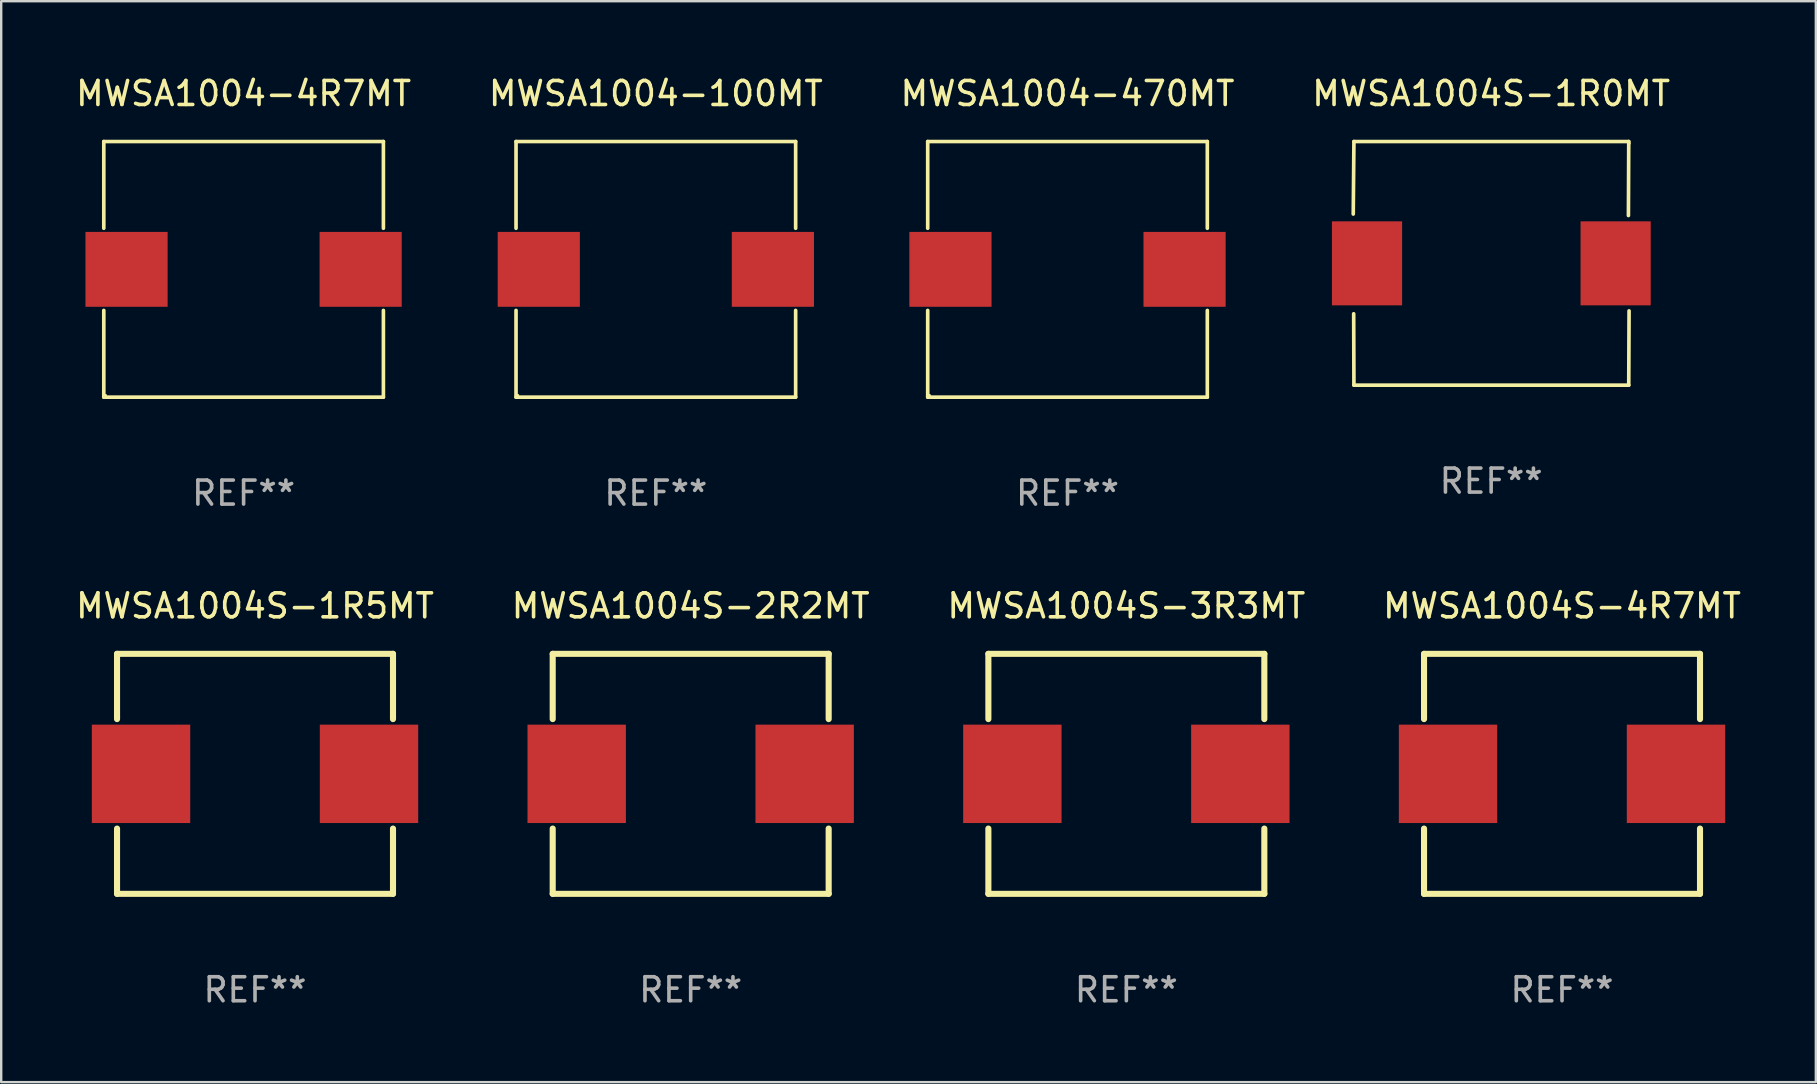
<source format=kicad_pcb>
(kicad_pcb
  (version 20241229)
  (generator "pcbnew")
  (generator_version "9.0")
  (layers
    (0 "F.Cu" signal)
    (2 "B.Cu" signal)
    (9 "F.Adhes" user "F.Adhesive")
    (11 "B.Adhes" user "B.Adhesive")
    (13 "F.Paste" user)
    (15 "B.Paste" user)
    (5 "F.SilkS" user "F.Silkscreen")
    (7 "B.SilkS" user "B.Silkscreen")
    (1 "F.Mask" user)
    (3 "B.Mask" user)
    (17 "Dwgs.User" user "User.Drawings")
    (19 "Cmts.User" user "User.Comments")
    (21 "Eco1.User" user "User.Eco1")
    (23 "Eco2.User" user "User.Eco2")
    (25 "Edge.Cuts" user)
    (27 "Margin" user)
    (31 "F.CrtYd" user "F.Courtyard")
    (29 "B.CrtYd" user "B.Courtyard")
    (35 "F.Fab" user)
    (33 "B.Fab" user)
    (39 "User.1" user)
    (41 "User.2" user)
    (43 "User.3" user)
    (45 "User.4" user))
  (footprint "MWSA1004S-3R3MT"
    (layer "F.Cu")
    (at 43.887 29.197)
    (property "Reference" "MWSA1004S-3R3MT" (at 0 -7 0) (layer "F.SilkS") (effects (font (size 1 1) (thickness 0.15))))
    (attr through_hole)
    (fp_line (start -5.75 -5) (end -5.75 -2.281) (stroke (width 0.254) (type solid)) (layer "F.SilkS"))
    (fp_line (start -5.75 -5) (end 5.75 -5) (stroke (width 0.254) (type solid)) (layer "F.SilkS"))
    (fp_line (start -5.75 2.281) (end -5.75 5) (stroke (width 0.254) (type solid)) (layer "F.SilkS"))
    (fp_line (start 5.75 -2.281) (end 5.75 -5) (stroke (width 0.254) (type solid)) (layer "F.SilkS"))
    (fp_line (start 5.75 5) (end -5.75 5) (stroke (width 0.254) (type solid)) (layer "F.SilkS"))
    (fp_line (start 5.75 5) (end 5.75 2.281) (stroke (width 0.254) (type solid)) (layer "F.SilkS"))
    (fp_circle (center -5.75 5) (end -5.7 5) (stroke (width 0.1) (type solid)) (fill no) (layer "F.SilkS"))
    (fp_text user "REF**" (at 0 9 0) (layer "F.Fab") (effects (font (size 1 1) (thickness 0.15))))
    (pad "1" smd rect (at -4.75 0) (size 4.1 4.1) (layers "F.Cu" "F.Mask" "F.Paste"))
    (pad "2" smd rect (at 4.75 0) (size 4.1 4.1) (layers "F.Cu" "F.Mask" "F.Paste")))
  (footprint "MWSA1004S-1R0MT"
    (layer "F.Cu")
    (at 59.089 7.924)
    (property "Reference" "MWSA1004S-1R0MT" (at 0 -7.076 0) (layer "F.SilkS") (effects (font (size 1 1) (thickness 0.15))))
    (attr through_hole)
    (fp_line (start -5.747 -2.055) (end -5.719 -5.076) (stroke (width 0.152) (type solid)) (layer "F.SilkS"))
    (fp_line (start -5.729 2.102) (end -5.719 5.076) (stroke (width 0.152) (type solid)) (layer "F.SilkS"))
    (fp_line (start -5.719 -5.076) (end 5.733 -5.076) (stroke (width 0.152) (type solid)) (layer "F.SilkS"))
    (fp_line (start -5.719 5.076) (end 5.733 5.076) (stroke (width 0.152) (type solid)) (layer "F.SilkS"))
    (fp_line (start 5.733 -5.076) (end 5.72 -1.993) (stroke (width 0.152) (type solid)) (layer "F.SilkS"))
    (fp_line (start 5.733 5.076) (end 5.747 1.981) (stroke (width 0.152) (type solid)) (layer "F.SilkS"))
    (fp_circle (center 5.757 -5) (end 5.787 -5) (stroke (width 0.06) (type solid)) (fill no) (layer "F.SilkS"))
    (fp_text user "REF**" (at 0 9.076 0) (layer "F.Fab") (effects (font (size 1 1) (thickness 0.15))))
    (pad "1" smd rect (at 5.187 0) (size 2.924 3.5) (layers "F.Cu" "F.Mask" "F.Paste"))
    (pad "2" smd rect (at -5.173 0) (size 2.924 3.5) (layers "F.Cu" "F.Mask" "F.Paste")))
  (footprint "MWSA1004-100MT"
    (layer "F.Cu")
    (at 24.28 8.174)
    (property "Reference" "MWSA1004-100MT" (at 0 -7.326 0) (layer "F.SilkS") (effects (font (size 1 1) (thickness 0.15))))
    (attr through_hole)
    (fp_line (start -5.826 -5.326) (end 5.826 -5.326) (stroke (width 0.152) (type solid)) (layer "F.SilkS"))
    (fp_line (start -5.826 -1.712) (end -5.826 -5.326) (stroke (width 0.152) (type solid)) (layer "F.SilkS"))
    (fp_line (start -5.826 1.712) (end -5.826 5.326) (stroke (width 0.152) (type solid)) (layer "F.SilkS"))
    (fp_line (start -5.826 5.326) (end 5.826 5.326) (stroke (width 0.152) (type solid)) (layer "F.SilkS"))
    (fp_line (start 5.826 -5.326) (end 5.826 -1.712) (stroke (width 0.152) (type solid)) (layer "F.SilkS"))
    (fp_line (start 5.826 5.326) (end 5.826 1.712) (stroke (width 0.152) (type solid)) (layer "F.SilkS"))
    (fp_circle (center -5.75 5.25) (end -5.72 5.25) (stroke (width 0.06) (type solid)) (fill no) (layer "F.SilkS"))
    (fp_text user "REF**" (at 0 9.326 0) (layer "F.Fab") (effects (font (size 1 1) (thickness 0.15))))
    (pad "1" smd rect (at 4.878 0) (size 3.424 3.12) (layers "F.Cu" "F.Mask" "F.Paste"))
    (pad "2" smd rect (at -4.878 0) (size 3.424 3.12) (layers "F.Cu" "F.Mask" "F.Paste")))
  (footprint "MWSA1004S-2R2MT"
    (layer "F.Cu")
    (at 25.732 29.197)
    (property "Reference" "MWSA1004S-2R2MT" (at 0 -7 0) (layer "F.SilkS") (effects (font (size 1 1) (thickness 0.15))))
    (attr through_hole)
    (fp_line (start -5.75 -5) (end -5.75 -2.281) (stroke (width 0.254) (type solid)) (layer "F.SilkS"))
    (fp_line (start -5.75 -5) (end 5.75 -5) (stroke (width 0.254) (type solid)) (layer "F.SilkS"))
    (fp_line (start -5.75 2.281) (end -5.75 5) (stroke (width 0.254) (type solid)) (layer "F.SilkS"))
    (fp_line (start 5.75 -2.281) (end 5.75 -5) (stroke (width 0.254) (type solid)) (layer "F.SilkS"))
    (fp_line (start 5.75 5) (end -5.75 5) (stroke (width 0.254) (type solid)) (layer "F.SilkS"))
    (fp_line (start 5.75 5) (end 5.75 2.281) (stroke (width 0.254) (type solid)) (layer "F.SilkS"))
    (fp_circle (center -5.75 5) (end -5.7 5) (stroke (width 0.1) (type solid)) (fill no) (layer "F.SilkS"))
    (fp_text user "REF**" (at 0 9 0) (layer "F.Fab") (effects (font (size 1 1) (thickness 0.15))))
    (pad "1" smd rect (at -4.75 0) (size 4.1 4.1) (layers "F.Cu" "F.Mask" "F.Paste"))
    (pad "2" smd rect (at 4.75 0) (size 4.1 4.1) (layers "F.Cu" "F.Mask" "F.Paste")))
  (footprint "MWSA1004S-4R7MT"
    (layer "F.Cu")
    (at 62.042 29.197)
    (property "Reference" "MWSA1004S-4R7MT" (at 0 -7 0) (layer "F.SilkS") (effects (font (size 1 1) (thickness 0.15))))
    (attr through_hole)
    (fp_line (start -5.75 -5) (end -5.75 -2.281) (stroke (width 0.254) (type solid)) (layer "F.SilkS"))
    (fp_line (start -5.75 -5) (end 5.75 -5) (stroke (width 0.254) (type solid)) (layer "F.SilkS"))
    (fp_line (start -5.75 2.281) (end -5.75 5) (stroke (width 0.254) (type solid)) (layer "F.SilkS"))
    (fp_line (start 5.75 -2.281) (end 5.75 -5) (stroke (width 0.254) (type solid)) (layer "F.SilkS"))
    (fp_line (start 5.75 5) (end -5.75 5) (stroke (width 0.254) (type solid)) (layer "F.SilkS"))
    (fp_line (start 5.75 5) (end 5.75 2.281) (stroke (width 0.254) (type solid)) (layer "F.SilkS"))
    (fp_circle (center -5.75 5) (end -5.7 5) (stroke (width 0.1) (type solid)) (fill no) (layer "F.SilkS"))
    (fp_text user "REF**" (at 0 9 0) (layer "F.Fab") (effects (font (size 1 1) (thickness 0.15))))
    (pad "1" smd rect (at -4.75 0) (size 4.1 4.1) (layers "F.Cu" "F.Mask" "F.Paste"))
    (pad "2" smd rect (at 4.75 0) (size 4.1 4.1) (layers "F.Cu" "F.Mask" "F.Paste")))
  (footprint "MWSA1004-470MT"
    (layer "F.Cu")
    (at 41.435 8.174)
    (property "Reference" "MWSA1004-470MT" (at 0 -7.326 0) (layer "F.SilkS") (effects (font (size 1 1) (thickness 0.15))))
    (attr through_hole)
    (fp_line (start -5.826 -5.326) (end 5.826 -5.326) (stroke (width 0.152) (type solid)) (layer "F.SilkS"))
    (fp_line (start -5.826 -1.712) (end -5.826 -5.326) (stroke (width 0.152) (type solid)) (layer "F.SilkS"))
    (fp_line (start -5.826 1.712) (end -5.826 5.326) (stroke (width 0.152) (type solid)) (layer "F.SilkS"))
    (fp_line (start -5.826 5.326) (end 5.826 5.326) (stroke (width 0.152) (type solid)) (layer "F.SilkS"))
    (fp_line (start 5.826 -5.326) (end 5.826 -1.712) (stroke (width 0.152) (type solid)) (layer "F.SilkS"))
    (fp_line (start 5.826 5.326) (end 5.826 1.712) (stroke (width 0.152) (type solid)) (layer "F.SilkS"))
    (fp_circle (center -5.75 5.25) (end -5.72 5.25) (stroke (width 0.06) (type solid)) (fill no) (layer "F.SilkS"))
    (fp_text user "REF**" (at 0 9.326 0) (layer "F.Fab") (effects (font (size 1 1) (thickness 0.15))))
    (pad "1" smd rect (at 4.878 0) (size 3.424 3.12) (layers "F.Cu" "F.Mask" "F.Paste"))
    (pad "2" smd rect (at -4.878 0) (size 3.424 3.12) (layers "F.Cu" "F.Mask" "F.Paste")))
  (footprint "MWSA1004S-1R5MT"
    (layer "F.Cu")
    (at 7.577 29.197)
    (property "Reference" "MWSA1004S-1R5MT" (at 0 -7 0) (layer "F.SilkS") (effects (font (size 1 1) (thickness 0.15))))
    (attr through_hole)
    (fp_line (start -5.75 -5) (end -5.75 -2.281) (stroke (width 0.254) (type solid)) (layer "F.SilkS"))
    (fp_line (start -5.75 -5) (end 5.75 -5) (stroke (width 0.254) (type solid)) (layer "F.SilkS"))
    (fp_line (start -5.75 2.281) (end -5.75 5) (stroke (width 0.254) (type solid)) (layer "F.SilkS"))
    (fp_line (start 5.75 -2.281) (end 5.75 -5) (stroke (width 0.254) (type solid)) (layer "F.SilkS"))
    (fp_line (start 5.75 5) (end -5.75 5) (stroke (width 0.254) (type solid)) (layer "F.SilkS"))
    (fp_line (start 5.75 5) (end 5.75 2.281) (stroke (width 0.254) (type solid)) (layer "F.SilkS"))
    (fp_circle (center -5.75 5) (end -5.7 5) (stroke (width 0.1) (type solid)) (fill no) (layer "F.SilkS"))
    (fp_text user "REF**" (at 0 9 0) (layer "F.Fab") (effects (font (size 1 1) (thickness 0.15))))
    (pad "1" smd rect (at -4.75 0) (size 4.1 4.1) (layers "F.Cu" "F.Mask" "F.Paste"))
    (pad "2" smd rect (at 4.75 0) (size 4.1 4.1) (layers "F.Cu" "F.Mask" "F.Paste")))
  (footprint "MWSA1004-4R7MT"
    (layer "F.Cu")
    (at 7.101 8.174)
    (property "Reference" "MWSA1004-4R7MT" (at 0 -7.326 0) (layer "F.SilkS") (effects (font (size 1 1) (thickness 0.15))))
    (attr through_hole)
    (fp_line (start -5.826 -5.326) (end 5.826 -5.326) (stroke (width 0.152) (type solid)) (layer "F.SilkS"))
    (fp_line (start -5.826 -1.712) (end -5.826 -5.326) (stroke (width 0.152) (type solid)) (layer "F.SilkS"))
    (fp_line (start -5.826 1.712) (end -5.826 5.326) (stroke (width 0.152) (type solid)) (layer "F.SilkS"))
    (fp_line (start -5.826 5.326) (end 5.826 5.326) (stroke (width 0.152) (type solid)) (layer "F.SilkS"))
    (fp_line (start 5.826 -5.326) (end 5.826 -1.712) (stroke (width 0.152) (type solid)) (layer "F.SilkS"))
    (fp_line (start 5.826 5.326) (end 5.826 1.712) (stroke (width 0.152) (type solid)) (layer "F.SilkS"))
    (fp_circle (center -5.75 5.25) (end -5.72 5.25) (stroke (width 0.06) (type solid)) (fill no) (layer "F.SilkS"))
    (fp_text user "REF**" (at 0 9.326 0) (layer "F.Fab") (effects (font (size 1 1) (thickness 0.15))))
    (pad "1" smd rect (at 4.878 0) (size 3.424 3.12) (layers "F.Cu" "F.Mask" "F.Paste"))
    (pad "2" smd rect (at -4.878 0) (size 3.424 3.12) (layers "F.Cu" "F.Mask" "F.Paste")))
  (gr_rect
    (start -3 -3)
    (end 72.619 42.045)
    (stroke (width 0.1) (type default))
    (fill no)
    (layer "Edge.Cuts")))
</source>
